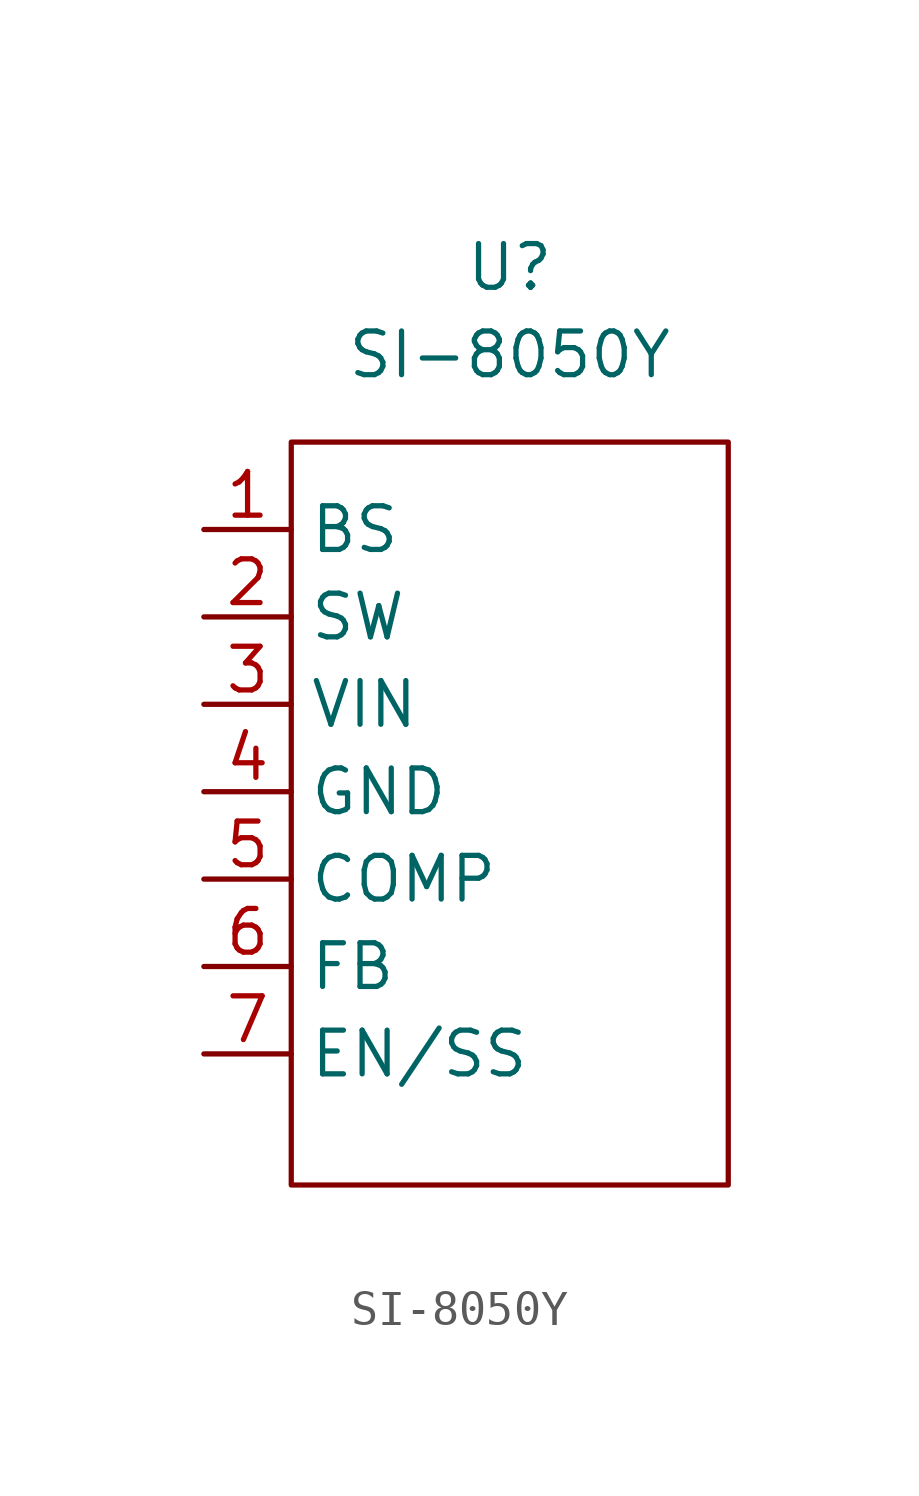
<source format=kicad_sym>
(kicad_symbol_lib
  (version 20211014)
  (generator kicad_symbol_editor)
  (symbol "SI-8050Y"
    (property "Reference" "U"
      (at 0 11.43 0)
      (effects (font (size 1.27 1.27))))
    (property "Value" "SI-8050Y"
      (at 0 8.89 0)
      (effects (font (size 1.27 1.27))))
    (symbol "SI-8050Y_0_1"
      (rectangle (start -6.35 6.35) (end 6.35 -15.24) (stroke (width 0) (type default) (color 0 0 0 0)) (fill (type none))))
    (symbol "SI-8050Y_1_1"
      (pin unspecified line (at -8.89 3.81 0) (length 2.54) (name "BS" (effects (font (size 1.27 1.27)))) (number "1" (effects (font (size 1.27 1.27)))))
      (pin unspecified line (at -8.89 1.27 0) (length 2.54) (name "SW" (effects (font (size 1.27 1.27)))) (number "2" (effects (font (size 1.27 1.27)))))
      (pin power_in line (at -8.89 -1.27 0) (length 2.54) (name "VIN" (effects (font (size 1.27 1.27)))) (number "3" (effects (font (size 1.27 1.27)))))
      (pin power_out line (at -8.89 -3.81 0) (length 2.54) (name "GND" (effects (font (size 1.27 1.27)))) (number "4" (effects (font (size 1.27 1.27)))))
      (pin unspecified line (at -8.89 -6.35 0) (length 2.54) (name "COMP" (effects (font (size 1.27 1.27)))) (number "5" (effects (font (size 1.27 1.27)))))
      (pin unspecified line (at -8.89 -8.89 0) (length 2.54) (name "FB" (effects (font (size 1.27 1.27)))) (number "6" (effects (font (size 1.27 1.27)))))
      (pin unspecified line (at -8.89 -11.43 0) (length 2.54) (name "EN/SS" (effects (font (size 1.27 1.27)))) (number "7" (effects (font (size 1.27 1.27))))))))
</source>
